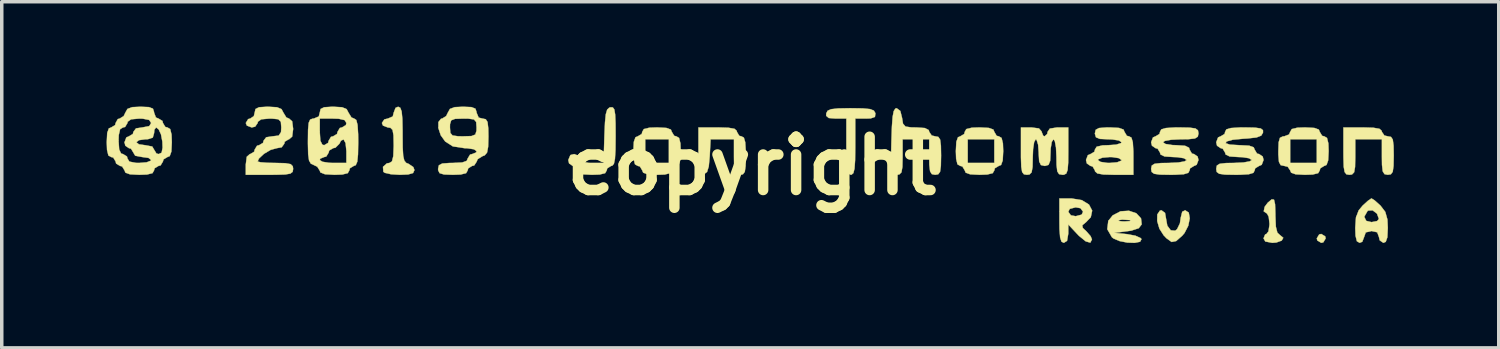
<source format=kicad_pcb>
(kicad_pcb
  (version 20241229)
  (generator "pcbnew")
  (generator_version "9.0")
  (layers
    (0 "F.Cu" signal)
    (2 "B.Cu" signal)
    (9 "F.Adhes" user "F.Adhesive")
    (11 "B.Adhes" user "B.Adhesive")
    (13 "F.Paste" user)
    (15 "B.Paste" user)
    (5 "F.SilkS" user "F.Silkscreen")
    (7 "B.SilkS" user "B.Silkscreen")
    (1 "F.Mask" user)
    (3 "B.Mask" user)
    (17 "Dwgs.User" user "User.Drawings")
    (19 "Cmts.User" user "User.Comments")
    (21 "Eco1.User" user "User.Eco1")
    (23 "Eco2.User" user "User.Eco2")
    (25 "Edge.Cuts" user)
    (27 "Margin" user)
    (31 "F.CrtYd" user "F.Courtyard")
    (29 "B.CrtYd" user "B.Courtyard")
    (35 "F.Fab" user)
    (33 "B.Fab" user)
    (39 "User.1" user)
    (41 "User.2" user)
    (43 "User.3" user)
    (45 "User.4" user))
  (footprint "copyright"
    (layer "F.Cu")
    (at 18.462 1.698)
    (property "Reference" "copyright" (at 0 0 0) (layer "F.SilkS") (effects (font (size 1.524 1.524) (thickness 0.3))))
    (attr through_hole)
    (fp_poly (pts (xy 16.411 2.015) (xy 16.425 2.074) (xy 16.358 2.187) (xy 16.298 2.201) (xy 16.186 2.134) (xy 16.171 2.074) (xy 16.239 1.962) (xy 16.298 1.947) (xy 16.411 2.015)) (stroke (width 0.01) (type solid)) (fill yes) (layer "F.SilkS"))
    (fp_poly (pts (xy 12.507 1.336) (xy 12.535 1.5) (xy 12.493 1.711) (xy 12.387 1.918) (xy 12.323 1.994) (xy 12.146 2.15) (xy 12.016 2.176) (xy 11.871 2.072) (xy 11.79 1.988) (xy 11.667 1.795) (xy 11.604 1.579) (xy 11.607 1.389) (xy 11.681 1.28) (xy 11.726 1.27) (xy 11.828 1.344) (xy 11.853 1.488) (xy 11.893 1.711) (xy 11.992 1.843) (xy 12.118 1.854) (xy 12.173 1.811) (xy 12.254 1.644) (xy 12.277 1.485) (xy 12.32 1.312) (xy 12.404 1.27) (xy 12.507 1.336)) (stroke (width 0.01) (type solid)) (fill yes) (layer "F.SilkS"))
    (fp_poly (pts (xy 14.946 0.965) (xy 14.977 1.098) (xy 14.986 1.375) (xy 14.986 1.43) (xy 14.999 1.738) (xy 15.043 1.911) (xy 15.118 1.98) (xy 15.212 2.057) (xy 15.167 2.137) (xy 15.013 2.192) (xy 14.896 2.201) (xy 14.698 2.163) (xy 14.647 2.074) (xy 14.693 1.962) (xy 14.732 1.947) (xy 14.788 1.873) (xy 14.816 1.69) (xy 14.817 1.651) (xy 14.795 1.455) (xy 14.743 1.357) (xy 14.732 1.355) (xy 14.653 1.3) (xy 14.68 1.17) (xy 14.768 1.052) (xy 14.881 0.957) (xy 14.946 0.965)) (stroke (width 0.01) (type solid)) (fill yes) (layer "F.SilkS"))
    (fp_poly (pts (xy 3.18 -1.646) (xy 3.388 -1.626) (xy 3.496 -1.583) (xy 3.538 -1.511) (xy 3.54 -1.503) (xy 3.526 -1.402) (xy 3.405 -1.36) (xy 3.266 -1.355) (xy 2.963 -1.355) (xy 2.963 -0.55) (xy 2.959 -0.167) (xy 2.942 0.076) (xy 2.909 0.206) (xy 2.855 0.252) (xy 2.836 0.254) (xy 2.776 0.225) (xy 2.737 0.12) (xy 2.717 -0.09) (xy 2.71 -0.434) (xy 2.709 -0.55) (xy 2.709 -1.355) (xy 2.407 -1.355) (xy 2.204 -1.371) (xy 2.131 -1.434) (xy 2.133 -1.503) (xy 2.171 -1.578) (xy 2.271 -1.623) (xy 2.469 -1.645) (xy 2.799 -1.651) (xy 2.836 -1.651) (xy 3.18 -1.646)) (stroke (width 0.01) (type solid)) (fill yes) (layer "F.SilkS"))
    (fp_poly (pts (xy -0.665 -1.092) (xy -0.493 -1.062) (xy -0.427 -1.002) (xy -0.423 -0.974) (xy -0.356 -0.861) (xy -0.296 -0.847) (xy -0.225 -0.81) (xy -0.186 -0.679) (xy -0.17 -0.421) (xy -0.169 -0.296) (xy -0.175 0.001) (xy -0.198 0.168) (xy -0.251 0.239) (xy -0.339 0.254) (xy -0.433 0.235) (xy -0.484 0.154) (xy -0.505 -0.029) (xy -0.508 -0.254) (xy -0.508 -0.762) (xy -1.177 -0.762) (xy -1.202 -0.276) (xy -1.229 0.014) (xy -1.278 0.172) (xy -1.362 0.235) (xy -1.376 0.238) (xy -1.45 0.234) (xy -1.494 0.167) (xy -1.516 0.004) (xy -1.524 -0.286) (xy -1.524 -0.417) (xy -1.524 -1.101) (xy -0.974 -1.101) (xy -0.665 -1.092)) (stroke (width 0.01) (type solid)) (fill yes) (layer "F.SilkS"))
    (fp_poly (pts (xy 17.792 -1.092) (xy 17.964 -1.062) (xy 18.03 -1.002) (xy 18.034 -0.974) (xy 18.105 -0.87) (xy 18.203 -0.847) (xy 18.295 -0.83) (xy 18.346 -0.753) (xy 18.368 -0.58) (xy 18.373 -0.296) (xy 18.367 0.001) (xy 18.344 0.168) (xy 18.291 0.239) (xy 18.203 0.254) (xy 18.109 0.235) (xy 18.058 0.154) (xy 18.037 -0.029) (xy 18.034 -0.254) (xy 18.034 -0.762) (xy 17.272 -0.762) (xy 17.272 -0.254) (xy 17.266 0.03) (xy 17.239 0.183) (xy 17.178 0.245) (xy 17.103 0.254) (xy 17.018 0.24) (xy 16.968 0.175) (xy 16.942 0.025) (xy 16.934 -0.245) (xy 16.933 -0.423) (xy 16.933 -1.101) (xy 17.484 -1.101) (xy 17.792 -1.092)) (stroke (width 0.01) (type solid)) (fill yes) (layer "F.SilkS"))
    (fp_poly (pts (xy 11.007 1.356) (xy 11.141 1.501) (xy 11.16 1.672) (xy 11.077 1.782) (xy 10.862 1.852) (xy 10.752 1.868) (xy 10.372 1.916) (xy 10.746 1.953) (xy 10.98 1.997) (xy 11.131 2.065) (xy 11.155 2.095) (xy 11.114 2.17) (xy 10.961 2.201) (xy 10.749 2.194) (xy 10.529 2.151) (xy 10.352 2.076) (xy 10.308 2.041) (xy 10.175 1.81) (xy 10.204 1.575) (xy 10.493 1.575) (xy 10.611 1.588) (xy 10.668 1.589) (xy 10.822 1.58) (xy 10.84 1.558) (xy 10.816 1.55) (xy 10.601 1.537) (xy 10.52 1.55) (xy 10.493 1.575) (xy 10.204 1.575) (xy 10.204 1.574) (xy 10.33 1.416) (xy 10.555 1.299) (xy 10.796 1.284) (xy 11.007 1.356)) (stroke (width 0.01) (type solid)) (fill yes) (layer "F.SilkS"))
    (fp_poly (pts (xy 9.448 0.98) (xy 9.652 1.106) (xy 9.743 1.279) (xy 9.703 1.468) (xy 9.572 1.605) (xy 9.459 1.7) (xy 9.475 1.777) (xy 9.572 1.867) (xy 9.698 2.01) (xy 9.737 2.105) (xy 9.689 2.196) (xy 9.559 2.159) (xy 9.365 2.001) (xy 9.305 1.938) (xy 9.059 1.675) (xy 9.059 1.938) (xy 9.024 2.144) (xy 8.932 2.201) (xy 8.865 2.168) (xy 8.826 2.048) (xy 8.808 1.81) (xy 8.805 1.566) (xy 8.805 1.312) (xy 9.059 1.312) (xy 9.133 1.414) (xy 9.271 1.439) (xy 9.441 1.395) (xy 9.483 1.312) (xy 9.409 1.21) (xy 9.271 1.185) (xy 9.101 1.229) (xy 9.059 1.312) (xy 8.805 1.312) (xy 8.805 0.931) (xy 9.15 0.931) (xy 9.448 0.98)) (stroke (width 0.01) (type solid)) (fill yes) (layer "F.SilkS"))
    (fp_poly (pts (xy -3.975 -1.675) (xy -3.932 -1.616) (xy -3.908 -1.472) (xy -3.897 -1.215) (xy -3.895 -0.853) (xy -3.899 -0.456) (xy -3.914 -0.201) (xy -3.944 -0.06) (xy -3.994 -0.004) (xy -4.022 0) (xy -4.134 0.068) (xy -4.149 0.127) (xy -4.194 0.207) (xy -4.351 0.246) (xy -4.572 0.254) (xy -4.838 0.24) (xy -4.968 0.193) (xy -4.995 0.127) (xy -5.063 0.015) (xy -5.122 0) (xy -5.226 -0.071) (xy -5.249 -0.169) (xy -5.189 -0.311) (xy -5.08 -0.339) (xy -4.942 -0.286) (xy -4.911 -0.212) (xy -4.854 -0.123) (xy -4.667 -0.087) (xy -4.575 -0.085) (xy -4.24 -0.085) (xy -4.215 -0.867) (xy -4.199 -1.242) (xy -4.175 -1.479) (xy -4.136 -1.611) (xy -4.075 -1.668) (xy -4.043 -1.677) (xy -3.975 -1.675)) (stroke (width 0.01) (type solid)) (fill yes) (layer "F.SilkS"))
    (fp_poly (pts (xy -10.057 -1.664) (xy -10.018 -1.558) (xy -9.998 -1.347) (xy -9.991 -1.001) (xy -9.991 -0.899) (xy -9.988 -0.525) (xy -9.974 -0.287) (xy -9.942 -0.152) (xy -9.887 -0.086) (xy -9.821 -0.06) (xy -9.684 0.033) (xy -9.652 0.119) (xy -9.691 0.203) (xy -9.831 0.244) (xy -10.07 0.254) (xy -10.323 0.238) (xy -10.499 0.198) (xy -10.541 0.169) (xy -10.552 0.027) (xy -10.442 -0.072) (xy -10.367 -0.085) (xy -10.295 -0.129) (xy -10.257 -0.28) (xy -10.245 -0.568) (xy -10.245 -0.593) (xy -10.251 -0.876) (xy -10.278 -1.03) (xy -10.339 -1.091) (xy -10.414 -1.101) (xy -10.552 -1.154) (xy -10.583 -1.228) (xy -10.513 -1.331) (xy -10.414 -1.355) (xy -10.272 -1.415) (xy -10.245 -1.524) (xy -10.192 -1.662) (xy -10.118 -1.693) (xy -10.057 -1.664)) (stroke (width 0.01) (type solid)) (fill yes) (layer "F.SilkS"))
    (fp_poly (pts (xy 17.825 0.985) (xy 17.974 1.118) (xy 17.996 1.139) (xy 18.131 1.316) (xy 18.192 1.534) (xy 18.203 1.774) (xy 18.19 2.042) (xy 18.144 2.173) (xy 18.076 2.201) (xy 17.973 2.131) (xy 17.949 2.032) (xy 17.9 1.899) (xy 17.738 1.863) (xy 17.572 1.902) (xy 17.526 2.032) (xy 17.473 2.17) (xy 17.399 2.201) (xy 17.319 2.156) (xy 17.28 2) (xy 17.272 1.774) (xy 17.292 1.476) (xy 17.3 1.455) (xy 17.529 1.455) (xy 17.586 1.573) (xy 17.738 1.609) (xy 17.897 1.578) (xy 17.949 1.518) (xy 17.894 1.366) (xy 17.769 1.271) (xy 17.64 1.278) (xy 17.622 1.292) (xy 17.529 1.455) (xy 17.3 1.455) (xy 17.369 1.274) (xy 17.48 1.139) (xy 17.632 1) (xy 17.731 0.932) (xy 17.738 0.931) (xy 17.825 0.985)) (stroke (width 0.01) (type solid)) (fill yes) (layer "F.SilkS"))
    (fp_poly (pts (xy -2.443 -1.087) (xy -2.313 -1.04) (xy -2.286 -0.974) (xy -2.218 -0.861) (xy -2.159 -0.847) (xy -2.079 -0.801) (xy -2.04 -0.644) (xy -2.032 -0.423) (xy -2.046 -0.157) (xy -2.093 -0.027) (xy -2.159 0) (xy -2.271 0.068) (xy -2.286 0.127) (xy -2.331 0.207) (xy -2.488 0.246) (xy -2.709 0.254) (xy -2.976 0.24) (xy -3.106 0.193) (xy -3.133 0.127) (xy -3.2 0.015) (xy -3.26 0) (xy -3.34 -0.045) (xy -3.379 -0.202) (xy -3.387 -0.423) (xy -3.373 -0.69) (xy -3.347 -0.762) (xy -3.048 -0.762) (xy -3.048 -0.085) (xy -2.371 -0.085) (xy -2.371 -0.762) (xy -3.048 -0.762) (xy -3.347 -0.762) (xy -3.326 -0.82) (xy -3.26 -0.847) (xy -3.147 -0.914) (xy -3.133 -0.974) (xy -3.087 -1.054) (xy -2.93 -1.093) (xy -2.709 -1.101) (xy -2.443 -1.087)) (stroke (width 0.01) (type solid)) (fill yes) (layer "F.SilkS"))
    (fp_poly (pts (xy 6.786 -1.087) (xy 6.916 -1.04) (xy 6.943 -0.974) (xy 7.01 -0.861) (xy 7.07 -0.847) (xy 7.15 -0.801) (xy 7.189 -0.644) (xy 7.197 -0.423) (xy 7.183 -0.157) (xy 7.136 -0.027) (xy 7.07 0) (xy 6.957 0.068) (xy 6.943 0.127) (xy 6.897 0.207) (xy 6.74 0.246) (xy 6.519 0.254) (xy 6.253 0.24) (xy 6.123 0.193) (xy 6.096 0.127) (xy 6.028 0.015) (xy 5.969 0) (xy 5.889 -0.045) (xy 5.85 -0.202) (xy 5.842 -0.423) (xy 5.856 -0.69) (xy 5.882 -0.762) (xy 6.181 -0.762) (xy 6.181 -0.085) (xy 6.943 -0.085) (xy 6.943 -0.762) (xy 6.181 -0.762) (xy 5.882 -0.762) (xy 5.903 -0.82) (xy 5.969 -0.847) (xy 6.081 -0.914) (xy 6.096 -0.974) (xy 6.141 -1.054) (xy 6.298 -1.093) (xy 6.519 -1.101) (xy 6.786 -1.087)) (stroke (width 0.01) (type solid)) (fill yes) (layer "F.SilkS"))
    (fp_poly (pts (xy 4.253 -1.572) (xy 4.302 -1.376) (xy 4.33 -1.206) (xy 4.402 -1.126) (xy 4.568 -1.102) (xy 4.704 -1.101) (xy 4.954 -1.084) (xy 5.066 -1.026) (xy 5.08 -0.974) (xy 5.151 -0.87) (xy 5.249 -0.847) (xy 5.341 -0.83) (xy 5.392 -0.753) (xy 5.414 -0.58) (xy 5.419 -0.296) (xy 5.413 0.001) (xy 5.39 0.168) (xy 5.337 0.239) (xy 5.249 0.254) (xy 5.155 0.235) (xy 5.104 0.154) (xy 5.083 -0.029) (xy 5.08 -0.254) (xy 5.08 -0.762) (xy 4.318 -0.762) (xy 4.318 -0.254) (xy 4.312 0.029) (xy 4.285 0.183) (xy 4.224 0.244) (xy 4.146 0.254) (xy 4.072 0.245) (xy 4.024 0.198) (xy 3.997 0.085) (xy 3.988 -0.124) (xy 3.992 -0.457) (xy 3.998 -0.699) (xy 4.012 -1.123) (xy 4.033 -1.404) (xy 4.064 -1.567) (xy 4.11 -1.64) (xy 4.149 -1.651) (xy 4.253 -1.572)) (stroke (width 0.01) (type solid)) (fill yes) (layer "F.SilkS"))
    (fp_poly (pts (xy 16.099 -1.087) (xy 16.229 -1.04) (xy 16.256 -0.974) (xy 16.324 -0.861) (xy 16.383 -0.847) (xy 16.463 -0.801) (xy 16.502 -0.644) (xy 16.51 -0.423) (xy 16.496 -0.157) (xy 16.449 -0.027) (xy 16.383 0) (xy 16.271 0.068) (xy 16.256 0.127) (xy 16.211 0.207) (xy 16.054 0.246) (xy 15.833 0.254) (xy 15.566 0.24) (xy 15.436 0.193) (xy 15.409 0.127) (xy 15.339 0.024) (xy 15.24 0) (xy 15.138 -0.022) (xy 15.088 -0.117) (xy 15.071 -0.325) (xy 15.071 -0.423) (xy 15.08 -0.677) (xy 15.105 -0.762) (xy 15.409 -0.762) (xy 15.409 -0.085) (xy 16.171 -0.085) (xy 16.171 -0.762) (xy 15.409 -0.762) (xy 15.105 -0.762) (xy 15.117 -0.804) (xy 15.201 -0.845) (xy 15.24 -0.847) (xy 15.378 -0.9) (xy 15.409 -0.974) (xy 15.455 -1.054) (xy 15.612 -1.093) (xy 15.833 -1.101) (xy 16.099 -1.087)) (stroke (width 0.01) (type solid)) (fill yes) (layer "F.SilkS"))
    (fp_poly (pts (xy 8.22 -1.073) (xy 8.297 -0.985) (xy 8.297 -0.974) (xy 8.343 -0.861) (xy 8.382 -0.847) (xy 8.457 -0.915) (xy 8.467 -0.974) (xy 8.531 -1.068) (xy 8.736 -1.1) (xy 8.763 -1.101) (xy 9.059 -1.101) (xy 9.059 -0.423) (xy 9.056 -0.086) (xy 9.04 0.116) (xy 9.002 0.218) (xy 8.935 0.252) (xy 8.89 0.254) (xy 8.795 0.235) (xy 8.744 0.154) (xy 8.724 -0.029) (xy 8.721 -0.254) (xy 8.708 -0.525) (xy 8.674 -0.708) (xy 8.636 -0.762) (xy 8.586 -0.686) (xy 8.555 -0.495) (xy 8.551 -0.381) (xy 8.54 -0.143) (xy 8.494 -0.03) (xy 8.394 -0.000146) (xy 8.382 0) (xy 8.276 -0.025) (xy 8.226 -0.128) (xy 8.213 -0.354) (xy 8.213 -0.381) (xy 8.196 -0.608) (xy 8.153 -0.745) (xy 8.128 -0.762) (xy 8.083 -0.685) (xy 8.052 -0.483) (xy 8.043 -0.254) (xy 8.037 0.03) (xy 8.01 0.183) (xy 7.949 0.245) (xy 7.874 0.254) (xy 7.79 0.24) (xy 7.739 0.175) (xy 7.714 0.025) (xy 7.705 -0.245) (xy 7.705 -0.423) (xy 7.705 -1.101) (xy 8.001 -1.101) (xy 8.22 -1.073)) (stroke (width 0.01) (type solid)) (fill yes) (layer "F.SilkS"))
    (fp_poly (pts (xy 10.511 -1.087) (xy 10.641 -1.04) (xy 10.668 -0.974) (xy 10.736 -0.861) (xy 10.795 -0.847) (xy 10.866 -0.81) (xy 10.906 -0.679) (xy 10.921 -0.421) (xy 10.922 -0.296) (xy 10.922 0.254) (xy 10.372 0.254) (xy 10.063 0.246) (xy 9.891 0.215) (xy 9.825 0.156) (xy 9.821 0.127) (xy 9.754 0.015) (xy 9.694 0) (xy 9.591 -0.071) (xy 9.567 -0.169) (xy 9.906 -0.169) (xy 9.981 -0.116) (xy 10.169 -0.087) (xy 10.245 -0.085) (xy 10.457 -0.103) (xy 10.575 -0.15) (xy 10.583 -0.169) (xy 10.508 -0.222) (xy 10.321 -0.252) (xy 10.245 -0.254) (xy 10.033 -0.235) (xy 9.915 -0.188) (xy 9.906 -0.169) (xy 9.567 -0.169) (xy 9.62 -0.307) (xy 9.694 -0.339) (xy 9.807 -0.406) (xy 9.821 -0.466) (xy 9.871 -0.549) (xy 10.041 -0.588) (xy 10.202 -0.593) (xy 10.43 -0.609) (xy 10.566 -0.652) (xy 10.583 -0.677) (xy 10.508 -0.728) (xy 10.316 -0.758) (xy 10.202 -0.762) (xy 9.964 -0.773) (xy 9.852 -0.819) (xy 9.821 -0.919) (xy 9.821 -0.931) (xy 9.844 -1.033) (xy 9.938 -1.084) (xy 10.147 -1.1) (xy 10.245 -1.101) (xy 10.511 -1.087)) (stroke (width 0.01) (type solid)) (fill yes) (layer "F.SilkS"))
    (fp_poly (pts (xy 12.532 -1.095) (xy 12.698 -1.072) (xy 12.77 -1.019) (xy 12.785 -0.931) (xy 12.766 -0.837) (xy 12.685 -0.786) (xy 12.502 -0.765) (xy 12.277 -0.762) (xy 12.006 -0.749) (xy 11.823 -0.716) (xy 11.769 -0.677) (xy 11.844 -0.627) (xy 12.036 -0.597) (xy 12.15 -0.593) (xy 12.401 -0.576) (xy 12.515 -0.52) (xy 12.531 -0.466) (xy 12.598 -0.353) (xy 12.658 -0.339) (xy 12.761 -0.268) (xy 12.785 -0.169) (xy 12.732 -0.031) (xy 12.658 0) (xy 12.545 0.068) (xy 12.531 0.127) (xy 12.494 0.198) (xy 12.363 0.238) (xy 12.105 0.253) (xy 11.98 0.254) (xy 11.683 0.249) (xy 11.516 0.225) (xy 11.445 0.172) (xy 11.43 0.085) (xy 11.449 -0.01) (xy 11.53 -0.061) (xy 11.713 -0.082) (xy 11.938 -0.085) (xy 12.209 -0.098) (xy 12.392 -0.131) (xy 12.446 -0.169) (xy 12.37 -0.22) (xy 12.179 -0.25) (xy 12.065 -0.254) (xy 11.814 -0.271) (xy 11.699 -0.327) (xy 11.684 -0.381) (xy 11.616 -0.493) (xy 11.557 -0.508) (xy 11.454 -0.579) (xy 11.43 -0.677) (xy 11.483 -0.815) (xy 11.557 -0.847) (xy 11.669 -0.914) (xy 11.684 -0.974) (xy 11.721 -1.045) (xy 11.852 -1.084) (xy 12.109 -1.1) (xy 12.234 -1.101) (xy 12.532 -1.095)) (stroke (width 0.01) (type solid)) (fill yes) (layer "F.SilkS"))
    (fp_poly (pts (xy 14.403 -1.095) (xy 14.567 -1.072) (xy 14.631 -1.022) (xy 14.632 -0.953) (xy 14.581 -0.867) (xy 14.448 -0.815) (xy 14.194 -0.786) (xy 14.075 -0.779) (xy 13.766 -0.749) (xy 13.593 -0.701) (xy 13.562 -0.651) (xy 13.681 -0.61) (xy 13.957 -0.593) (xy 13.97 -0.593) (xy 14.236 -0.579) (xy 14.366 -0.532) (xy 14.393 -0.466) (xy 14.461 -0.353) (xy 14.52 -0.339) (xy 14.624 -0.268) (xy 14.647 -0.169) (xy 14.594 -0.031) (xy 14.52 0) (xy 14.408 0.068) (xy 14.393 0.127) (xy 14.357 0.198) (xy 14.225 0.238) (xy 13.968 0.253) (xy 13.843 0.254) (xy 13.545 0.249) (xy 13.379 0.225) (xy 13.307 0.172) (xy 13.293 0.085) (xy 13.311 -0.01) (xy 13.393 -0.061) (xy 13.576 -0.082) (xy 13.801 -0.085) (xy 14.071 -0.098) (xy 14.255 -0.131) (xy 14.309 -0.169) (xy 14.233 -0.22) (xy 14.042 -0.25) (xy 13.928 -0.254) (xy 13.677 -0.271) (xy 13.562 -0.327) (xy 13.547 -0.381) (xy 13.479 -0.493) (xy 13.42 -0.508) (xy 13.316 -0.579) (xy 13.293 -0.677) (xy 13.346 -0.815) (xy 13.42 -0.847) (xy 13.532 -0.914) (xy 13.547 -0.974) (xy 13.583 -1.045) (xy 13.713 -1.084) (xy 13.969 -1.1) (xy 14.103 -1.101) (xy 14.403 -1.095)) (stroke (width 0.01) (type solid)) (fill yes) (layer "F.SilkS"))
    (fp_poly (pts (xy -13.585 -1.679) (xy -13.455 -1.625) (xy -13.402 -1.524) (xy -13.317 -1.386) (xy -13.24 -1.355) (xy -13.151 -1.276) (xy -13.123 -1.058) (xy -13.151 -0.839) (xy -13.239 -0.763) (xy -13.25 -0.762) (xy -13.363 -0.694) (xy -13.377 -0.635) (xy -13.451 -0.533) (xy -13.589 -0.508) (xy -13.766 -0.46) (xy -13.958 -0.346) (xy -14.102 -0.212) (xy -14.139 -0.127) (xy -14.062 -0.105) (xy -13.862 -0.089) (xy -13.631 -0.085) (xy -13.348 -0.078) (xy -13.194 -0.051) (xy -13.133 0.01) (xy -13.123 0.085) (xy -13.137 0.169) (xy -13.203 0.22) (xy -13.353 0.245) (xy -13.622 0.253) (xy -13.801 0.254) (xy -14.478 0.254) (xy -14.478 -0.042) (xy -14.45 -0.262) (xy -14.363 -0.338) (xy -14.351 -0.339) (xy -14.239 -0.406) (xy -14.224 -0.466) (xy -14.156 -0.578) (xy -14.097 -0.593) (xy -13.985 -0.66) (xy -13.97 -0.72) (xy -13.894 -0.82) (xy -13.716 -0.847) (xy -13.536 -0.868) (xy -13.47 -0.967) (xy -13.462 -1.101) (xy -13.475 -1.264) (xy -13.548 -1.336) (xy -13.728 -1.354) (xy -13.801 -1.355) (xy -14.036 -1.334) (xy -14.133 -1.264) (xy -14.139 -1.228) (xy -14.21 -1.124) (xy -14.309 -1.101) (xy -14.447 -1.154) (xy -14.478 -1.228) (xy -14.41 -1.34) (xy -14.351 -1.355) (xy -14.248 -1.425) (xy -14.224 -1.524) (xy -14.2 -1.629) (xy -14.098 -1.679) (xy -13.876 -1.693) (xy -13.835 -1.693) (xy -13.585 -1.679)) (stroke (width 0.01) (type solid)) (fill yes) (layer "F.SilkS"))
    (fp_poly (pts (xy -8.022 -1.683) (xy -7.907 -1.638) (xy -7.874 -1.542) (xy -7.874 -1.524) (xy -7.814 -1.382) (xy -7.705 -1.355) (xy -7.611 -1.336) (xy -7.56 -1.256) (xy -7.539 -1.075) (xy -7.535 -0.839) (xy -7.543 -0.547) (xy -7.574 -0.382) (xy -7.641 -0.303) (xy -7.705 -0.279) (xy -7.842 -0.193) (xy -7.874 -0.117) (xy -7.942 -0.013) (xy -8.001 0) (xy -8.113 0.068) (xy -8.128 0.127) (xy -8.173 0.207) (xy -8.33 0.246) (xy -8.551 0.254) (xy -8.805 0.245) (xy -8.932 0.207) (xy -8.973 0.124) (xy -8.975 0.085) (xy -8.952 -0.017) (xy -8.858 -0.068) (xy -8.649 -0.084) (xy -8.551 -0.085) (xy -8.285 -0.098) (xy -8.155 -0.145) (xy -8.128 -0.212) (xy -8.06 -0.324) (xy -8.001 -0.339) (xy -7.888 -0.384) (xy -7.874 -0.423) (xy -7.949 -0.476) (xy -8.138 -0.505) (xy -8.222 -0.508) (xy -8.552 -0.559) (xy -8.771 -0.699) (xy -8.899 -0.877) (xy -8.966 -1.08) (xy -8.966 -1.101) (xy -8.636 -1.101) (xy -8.625 -0.944) (xy -8.561 -0.871) (xy -8.399 -0.848) (xy -8.255 -0.847) (xy -8.021 -0.854) (xy -7.91 -0.897) (xy -7.876 -1.005) (xy -7.874 -1.101) (xy -7.885 -1.257) (xy -7.949 -1.331) (xy -8.111 -1.353) (xy -8.255 -1.355) (xy -8.489 -1.347) (xy -8.6 -1.305) (xy -8.634 -1.196) (xy -8.636 -1.101) (xy -8.966 -1.101) (xy -8.966 -1.255) (xy -8.89 -1.35) (xy -8.858 -1.355) (xy -8.744 -1.426) (xy -8.696 -1.524) (xy -8.636 -1.631) (xy -8.498 -1.682) (xy -8.263 -1.693) (xy -8.022 -1.683)) (stroke (width 0.01) (type solid)) (fill yes) (layer "F.SilkS"))
    (fp_poly (pts (xy -11.722 -1.679) (xy -11.592 -1.625) (xy -11.539 -1.524) (xy -11.454 -1.386) (xy -11.378 -1.355) (xy -11.316 -1.314) (xy -11.28 -1.173) (xy -11.263 -0.906) (xy -11.261 -0.677) (xy -11.267 -0.33) (xy -11.288 -0.121) (xy -11.331 -0.022) (xy -11.388 0) (xy -11.5 0.068) (xy -11.515 0.127) (xy -11.56 0.207) (xy -11.717 0.246) (xy -11.938 0.254) (xy -12.212 0.238) (xy -12.343 0.186) (xy -12.361 0.137) (xy -12.432 0.023) (xy -12.531 -0.025) (xy -12.617 -0.065) (xy -12.668 -0.156) (xy -12.67 -0.169) (xy -12.361 -0.169) (xy -12.286 -0.119) (xy -12.094 -0.089) (xy -11.98 -0.085) (xy -11.599 -0.085) (xy -11.599 -0.423) (xy -11.622 -0.653) (xy -11.68 -0.758) (xy -11.756 -0.721) (xy -11.799 -0.635) (xy -11.912 -0.522) (xy -11.978 -0.508) (xy -12.092 -0.441) (xy -12.107 -0.381) (xy -12.175 -0.269) (xy -12.234 -0.254) (xy -12.347 -0.208) (xy -12.361 -0.169) (xy -12.67 -0.169) (xy -12.693 -0.334) (xy -12.7 -0.636) (xy -12.7 -0.712) (xy -12.696 -1.039) (xy -12.678 -1.232) (xy -12.637 -1.325) (xy -12.564 -1.353) (xy -12.531 -1.355) (xy -12.361 -1.355) (xy -12.361 -0.974) (xy -12.345 -0.723) (xy -12.288 -0.608) (xy -12.234 -0.593) (xy -12.122 -0.66) (xy -12.107 -0.72) (xy -12.04 -0.832) (xy -11.98 -0.847) (xy -11.868 -0.914) (xy -11.853 -0.974) (xy -11.786 -1.086) (xy -11.726 -1.101) (xy -11.614 -1.168) (xy -11.599 -1.228) (xy -11.649 -1.311) (xy -11.819 -1.35) (xy -11.98 -1.355) (xy -12.361 -1.355) (xy -12.531 -1.355) (xy -12.389 -1.415) (xy -12.361 -1.524) (xy -12.337 -1.629) (xy -12.235 -1.679) (xy -12.013 -1.693) (xy -11.972 -1.693) (xy -11.722 -1.679)) (stroke (width 0.01) (type solid)) (fill yes) (layer "F.SilkS"))
    (fp_poly (pts (xy -17.25 -1.683) (xy -17.135 -1.638) (xy -17.103 -1.542) (xy -17.103 -1.524) (xy -17.05 -1.386) (xy -16.976 -1.355) (xy -16.863 -1.287) (xy -16.849 -1.228) (xy -16.781 -1.115) (xy -16.722 -1.101) (xy -16.642 -1.055) (xy -16.603 -0.898) (xy -16.595 -0.677) (xy -16.608 -0.411) (xy -16.655 -0.281) (xy -16.722 -0.254) (xy -16.834 -0.186) (xy -16.849 -0.127) (xy -16.916 -0.015) (xy -16.976 0) (xy -17.088 0.068) (xy -17.103 0.127) (xy -17.148 0.207) (xy -17.305 0.246) (xy -17.526 0.254) (xy -17.792 0.24) (xy -17.922 0.193) (xy -17.949 0.127) (xy -18.017 0.015) (xy -18.076 0) (xy -18.189 -0.068) (xy -18.203 -0.127) (xy -18.271 -0.239) (xy -18.33 -0.254) (xy -18.41 -0.299) (xy -18.449 -0.456) (xy -18.457 -0.677) (xy -18.455 -0.72) (xy -18.119 -0.72) (xy -18.102 -0.469) (xy -18.046 -0.354) (xy -17.992 -0.339) (xy -17.879 -0.271) (xy -17.865 -0.212) (xy -17.809 -0.123) (xy -17.623 -0.087) (xy -17.526 -0.085) (xy -17.314 -0.103) (xy -17.196 -0.15) (xy -17.187 -0.169) (xy -17.261 -0.229) (xy -17.438 -0.254) (xy -17.441 -0.254) (xy -17.643 -0.292) (xy -17.695 -0.381) (xy -17.763 -0.493) (xy -17.822 -0.508) (xy -17.926 -0.579) (xy -17.949 -0.677) (xy -17.611 -0.677) (xy -17.537 -0.618) (xy -17.36 -0.593) (xy -17.357 -0.593) (xy -17.155 -0.555) (xy -17.103 -0.466) (xy -17.035 -0.355) (xy -16.971 -0.339) (xy -16.887 -0.378) (xy -16.859 -0.521) (xy -16.865 -0.692) (xy -16.905 -0.903) (xy -16.973 -1.048) (xy -17.044 -1.101) (xy -17.094 -1.037) (xy -17.103 -0.938) (xy -17.14 -0.81) (xy -17.281 -0.764) (xy -17.357 -0.762) (xy -17.535 -0.737) (xy -17.611 -0.678) (xy -17.611 -0.677) (xy -17.949 -0.677) (xy -17.896 -0.815) (xy -17.822 -0.847) (xy -17.71 -0.914) (xy -17.695 -0.974) (xy -17.62 -1.074) (xy -17.441 -1.101) (xy -17.24 -1.139) (xy -17.187 -1.228) (xy -17.243 -1.316) (xy -17.429 -1.352) (xy -17.526 -1.355) (xy -17.761 -1.334) (xy -17.859 -1.264) (xy -17.865 -1.228) (xy -17.932 -1.115) (xy -17.992 -1.101) (xy -18.075 -1.051) (xy -18.114 -0.881) (xy -18.119 -0.72) (xy -18.455 -0.72) (xy -18.444 -0.944) (xy -18.397 -1.074) (xy -18.33 -1.101) (xy -18.218 -1.168) (xy -18.203 -1.228) (xy -18.141 -1.34) (xy -18.086 -1.355) (xy -17.972 -1.426) (xy -17.925 -1.524) (xy -17.865 -1.631) (xy -17.727 -1.682) (xy -17.492 -1.693) (xy -17.25 -1.683)) (stroke (width 0.01) (type solid)) (fill yes) (layer "F.SilkS")))
  (gr_rect
    (start -3 -3)
    (end 39.84 6.905)
    (stroke (width 0.1) (type default))
    (fill no)
    (layer "Edge.Cuts")))
</source>
